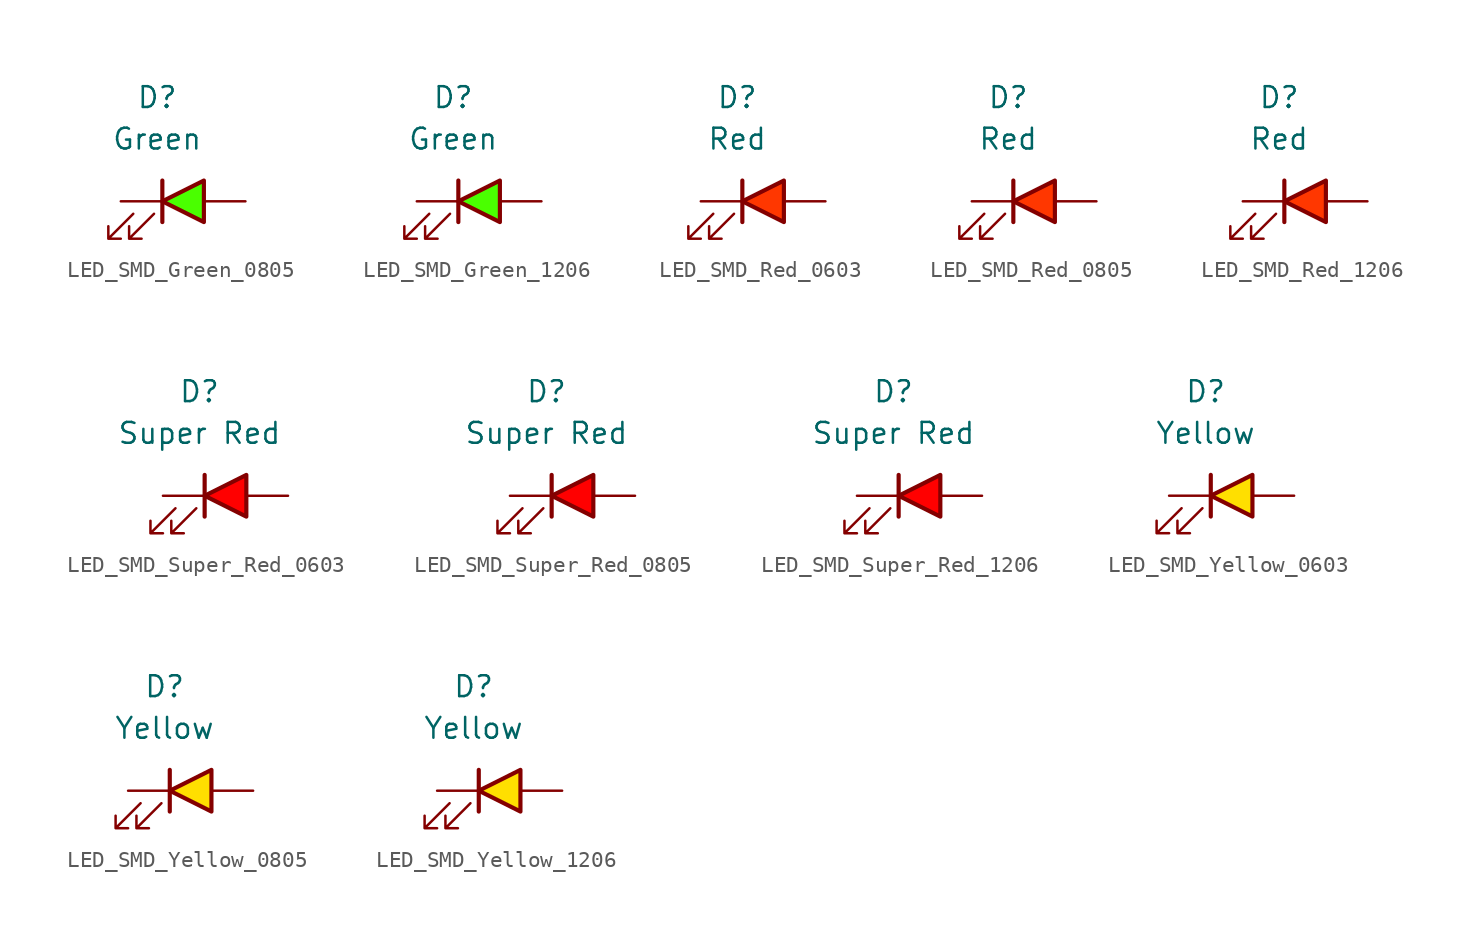
<source format=kicad_sym>
(kicad_symbol_lib
  (version 20231120)
  (generator "kicad_symbol_editor")
  (generator_version "8.0")
  (symbol "LED_SMD_Green_0805"
    (pin_numbers hide)
    (pin_names
      (offset 1.016) hide)
    (property "Reference" "D"
      (at -1.587 6.35 0)
      (effects (font (size 1.27 1.27))))
    (property "Value" "Green"
      (at -1.587 3.81 0)
      (effects (font (size 1.27 1.27))))
    (symbol "LED_SMD_Green_0805_0_1"
      (polyline (pts (xy -1.27 -1.27) (xy -1.27 1.27)) (stroke (width 0.254) (type default)) (fill (type none)))
      (polyline (pts (xy -3.048 -0.762) (xy -4.572 -2.286) (xy -3.81 -2.286) (xy -4.572 -2.286) (xy -4.572 -1.524)) (stroke (width 0) (type default)) (fill (type none)))
      (polyline (pts (xy -1.778 -0.762) (xy -3.302 -2.286) (xy -2.54 -2.286) (xy -3.302 -2.286) (xy -3.302 -1.524)) (stroke (width 0) (type default)) (fill (type none))))
    (symbol "LED_SMD_Green_0805_1_1"
      (polyline (pts (xy 1.27 -1.27) (xy 1.27 1.27) (xy -1.27 0) (xy 1.27 -1.27)) (stroke (width 0.254) (type default)) (fill (type color) (color 74 255 0 1)))
      (pin passive line (at -3.81 0 0) (length 2.54) (name "K" (effects (font (size 1.27 1.27)))) (number "1" (effects (font (size 1.27 1.27)))))
      (pin passive line (at 3.81 0 180) (length 2.54) (name "A" (effects (font (size 1.27 1.27)))) (number "2" (effects (font (size 1.27 1.27)))))))
  (symbol "LED_SMD_Green_1206"
    (pin_numbers hide)
    (pin_names
      (offset 1.016) hide)
    (property "Reference" "D"
      (at -1.587 6.35 0)
      (effects (font (size 1.27 1.27))))
    (property "Value" "Green"
      (at -1.587 3.81 0)
      (effects (font (size 1.27 1.27))))
    (symbol "LED_SMD_Green_1206_0_1"
      (polyline (pts (xy -1.27 -1.27) (xy -1.27 1.27)) (stroke (width 0.254) (type default)) (fill (type none)))
      (polyline (pts (xy -3.048 -0.762) (xy -4.572 -2.286) (xy -3.81 -2.286) (xy -4.572 -2.286) (xy -4.572 -1.524)) (stroke (width 0) (type default)) (fill (type none)))
      (polyline (pts (xy -1.778 -0.762) (xy -3.302 -2.286) (xy -2.54 -2.286) (xy -3.302 -2.286) (xy -3.302 -1.524)) (stroke (width 0) (type default)) (fill (type none))))
    (symbol "LED_SMD_Green_1206_1_1"
      (polyline (pts (xy 1.27 -1.27) (xy 1.27 1.27) (xy -1.27 0) (xy 1.27 -1.27)) (stroke (width 0.254) (type default)) (fill (type color) (color 74 255 0 1)))
      (pin passive line (at -3.81 0 0) (length 2.54) (name "K" (effects (font (size 1.27 1.27)))) (number "1" (effects (font (size 1.27 1.27)))))
      (pin passive line (at 3.81 0 180) (length 2.54) (name "A" (effects (font (size 1.27 1.27)))) (number "2" (effects (font (size 1.27 1.27)))))))
  (symbol "LED_SMD_Red_0603"
    (pin_numbers hide)
    (pin_names
      (offset 1.016) hide)
    (property "Reference" "D"
      (at -1.587 6.35 0)
      (effects (font (size 1.27 1.27))))
    (property "Value" "Red"
      (at -1.587 3.81 0)
      (effects (font (size 1.27 1.27))))
    (symbol "LED_SMD_Red_0603_0_1"
      (polyline (pts (xy -1.27 -1.27) (xy -1.27 1.27)) (stroke (width 0.254) (type default)) (fill (type none)))
      (polyline (pts (xy -3.048 -0.762) (xy -4.572 -2.286) (xy -3.81 -2.286) (xy -4.572 -2.286) (xy -4.572 -1.524)) (stroke (width 0) (type default)) (fill (type none)))
      (polyline (pts (xy -1.778 -0.762) (xy -3.302 -2.286) (xy -2.54 -2.286) (xy -3.302 -2.286) (xy -3.302 -1.524)) (stroke (width 0) (type default)) (fill (type none))))
    (symbol "LED_SMD_Red_0603_1_1"
      (polyline (pts (xy 1.27 -1.27) (xy 1.27 1.27) (xy -1.27 0) (xy 1.27 -1.27)) (stroke (width 0.254) (type default)) (fill (type color) (color 255 55 0 1)))
      (pin passive line (at -3.81 0 0) (length 2.54) (name "K" (effects (font (size 1.27 1.27)))) (number "1" (effects (font (size 1.27 1.27)))))
      (pin passive line (at 3.81 0 180) (length 2.54) (name "A" (effects (font (size 1.27 1.27)))) (number "2" (effects (font (size 1.27 1.27)))))))
  (symbol "LED_SMD_Red_0805"
    (pin_numbers hide)
    (pin_names
      (offset 1.016) hide)
    (property "Reference" "D"
      (at -1.587 6.35 0)
      (effects (font (size 1.27 1.27))))
    (property "Value" "Red"
      (at -1.587 3.81 0)
      (effects (font (size 1.27 1.27))))
    (symbol "LED_SMD_Red_0805_0_1"
      (polyline (pts (xy -1.27 -1.27) (xy -1.27 1.27)) (stroke (width 0.254) (type default)) (fill (type none)))
      (polyline (pts (xy -3.048 -0.762) (xy -4.572 -2.286) (xy -3.81 -2.286) (xy -4.572 -2.286) (xy -4.572 -1.524)) (stroke (width 0) (type default)) (fill (type none)))
      (polyline (pts (xy -1.778 -0.762) (xy -3.302 -2.286) (xy -2.54 -2.286) (xy -3.302 -2.286) (xy -3.302 -1.524)) (stroke (width 0) (type default)) (fill (type none))))
    (symbol "LED_SMD_Red_0805_1_1"
      (polyline (pts (xy 1.27 -1.27) (xy 1.27 1.27) (xy -1.27 0) (xy 1.27 -1.27)) (stroke (width 0.254) (type default)) (fill (type color) (color 255 55 0 1)))
      (pin passive line (at -3.81 0 0) (length 2.54) (name "K" (effects (font (size 1.27 1.27)))) (number "1" (effects (font (size 1.27 1.27)))))
      (pin passive line (at 3.81 0 180) (length 2.54) (name "A" (effects (font (size 1.27 1.27)))) (number "2" (effects (font (size 1.27 1.27)))))))
  (symbol "LED_SMD_Red_1206"
    (pin_numbers hide)
    (pin_names
      (offset 1.016) hide)
    (property "Reference" "D"
      (at -1.587 6.35 0)
      (effects (font (size 1.27 1.27))))
    (property "Value" "Red"
      (at -1.587 3.81 0)
      (effects (font (size 1.27 1.27))))
    (symbol "LED_SMD_Red_1206_0_1"
      (polyline (pts (xy -1.27 -1.27) (xy -1.27 1.27)) (stroke (width 0.254) (type default)) (fill (type none)))
      (polyline (pts (xy -3.048 -0.762) (xy -4.572 -2.286) (xy -3.81 -2.286) (xy -4.572 -2.286) (xy -4.572 -1.524)) (stroke (width 0) (type default)) (fill (type none)))
      (polyline (pts (xy -1.778 -0.762) (xy -3.302 -2.286) (xy -2.54 -2.286) (xy -3.302 -2.286) (xy -3.302 -1.524)) (stroke (width 0) (type default)) (fill (type none))))
    (symbol "LED_SMD_Red_1206_1_1"
      (polyline (pts (xy 1.27 -1.27) (xy 1.27 1.27) (xy -1.27 0) (xy 1.27 -1.27)) (stroke (width 0.254) (type default)) (fill (type color) (color 255 55 0 1)))
      (pin passive line (at -3.81 0 0) (length 2.54) (name "K" (effects (font (size 1.27 1.27)))) (number "1" (effects (font (size 1.27 1.27)))))
      (pin passive line (at 3.81 0 180) (length 2.54) (name "A" (effects (font (size 1.27 1.27)))) (number "2" (effects (font (size 1.27 1.27)))))))
  (symbol "LED_SMD_Super_Red_0603"
    (pin_numbers hide)
    (pin_names
      (offset 1.016) hide)
    (property "Reference" "D"
      (at -1.587 6.35 0)
      (effects (font (size 1.27 1.27))))
    (property "Value" "Super Red"
      (at -1.587 3.81 0)
      (effects (font (size 1.27 1.27))))
    (symbol "LED_SMD_Super_Red_0603_0_1"
      (polyline (pts (xy -1.27 -1.27) (xy -1.27 1.27)) (stroke (width 0.254) (type default)) (fill (type none)))
      (polyline (pts (xy -3.048 -0.762) (xy -4.572 -2.286) (xy -3.81 -2.286) (xy -4.572 -2.286) (xy -4.572 -1.524)) (stroke (width 0) (type default)) (fill (type none)))
      (polyline (pts (xy -1.778 -0.762) (xy -3.302 -2.286) (xy -2.54 -2.286) (xy -3.302 -2.286) (xy -3.302 -1.524)) (stroke (width 0) (type default)) (fill (type none))))
    (symbol "LED_SMD_Super_Red_0603_1_1"
      (polyline (pts (xy 1.27 -1.27) (xy 1.27 1.27) (xy -1.27 0) (xy 1.27 -1.27)) (stroke (width 0.254) (type default)) (fill (type color) (color 255 0 0 1)))
      (pin passive line (at -3.81 0 0) (length 2.54) (name "K" (effects (font (size 1.27 1.27)))) (number "1" (effects (font (size 1.27 1.27)))))
      (pin passive line (at 3.81 0 180) (length 2.54) (name "A" (effects (font (size 1.27 1.27)))) (number "2" (effects (font (size 1.27 1.27)))))))
  (symbol "LED_SMD_Super_Red_0805"
    (pin_numbers hide)
    (pin_names
      (offset 1.016) hide)
    (property "Reference" "D"
      (at -1.587 6.35 0)
      (effects (font (size 1.27 1.27))))
    (property "Value" "Super Red"
      (at -1.587 3.81 0)
      (effects (font (size 1.27 1.27))))
    (symbol "LED_SMD_Super_Red_0805_0_1"
      (polyline (pts (xy -1.27 -1.27) (xy -1.27 1.27)) (stroke (width 0.254) (type default)) (fill (type none)))
      (polyline (pts (xy -3.048 -0.762) (xy -4.572 -2.286) (xy -3.81 -2.286) (xy -4.572 -2.286) (xy -4.572 -1.524)) (stroke (width 0) (type default)) (fill (type none)))
      (polyline (pts (xy -1.778 -0.762) (xy -3.302 -2.286) (xy -2.54 -2.286) (xy -3.302 -2.286) (xy -3.302 -1.524)) (stroke (width 0) (type default)) (fill (type none))))
    (symbol "LED_SMD_Super_Red_0805_1_1"
      (polyline (pts (xy 1.27 -1.27) (xy 1.27 1.27) (xy -1.27 0) (xy 1.27 -1.27)) (stroke (width 0.254) (type default)) (fill (type color) (color 255 0 0 1)))
      (pin passive line (at -3.81 0 0) (length 2.54) (name "K" (effects (font (size 1.27 1.27)))) (number "1" (effects (font (size 1.27 1.27)))))
      (pin passive line (at 3.81 0 180) (length 2.54) (name "A" (effects (font (size 1.27 1.27)))) (number "2" (effects (font (size 1.27 1.27)))))))
  (symbol "LED_SMD_Super_Red_1206"
    (pin_numbers hide)
    (pin_names
      (offset 1.016) hide)
    (property "Reference" "D"
      (at -1.587 6.35 0)
      (effects (font (size 1.27 1.27))))
    (property "Value" "Super Red"
      (at -1.587 3.81 0)
      (effects (font (size 1.27 1.27))))
    (symbol "LED_SMD_Super_Red_1206_0_1"
      (polyline (pts (xy -1.27 -1.27) (xy -1.27 1.27)) (stroke (width 0.254) (type default)) (fill (type none)))
      (polyline (pts (xy -3.048 -0.762) (xy -4.572 -2.286) (xy -3.81 -2.286) (xy -4.572 -2.286) (xy -4.572 -1.524)) (stroke (width 0) (type default)) (fill (type none)))
      (polyline (pts (xy -1.778 -0.762) (xy -3.302 -2.286) (xy -2.54 -2.286) (xy -3.302 -2.286) (xy -3.302 -1.524)) (stroke (width 0) (type default)) (fill (type none))))
    (symbol "LED_SMD_Super_Red_1206_1_1"
      (polyline (pts (xy 1.27 -1.27) (xy 1.27 1.27) (xy -1.27 0) (xy 1.27 -1.27)) (stroke (width 0.254) (type default)) (fill (type color) (color 255 0 0 1)))
      (pin passive line (at -3.81 0 0) (length 2.54) (name "K" (effects (font (size 1.27 1.27)))) (number "1" (effects (font (size 1.27 1.27)))))
      (pin passive line (at 3.81 0 180) (length 2.54) (name "A" (effects (font (size 1.27 1.27)))) (number "2" (effects (font (size 1.27 1.27)))))))
  (symbol "LED_SMD_Yellow_0603"
    (pin_numbers hide)
    (pin_names
      (offset 1.016) hide)
    (property "Reference" "D"
      (at -1.587 6.35 0)
      (effects (font (size 1.27 1.27))))
    (property "Value" "Yellow"
      (at -1.587 3.81 0)
      (effects (font (size 1.27 1.27))))
    (symbol "LED_SMD_Yellow_0603_0_1"
      (polyline (pts (xy -1.27 -1.27) (xy -1.27 1.27)) (stroke (width 0.254) (type default)) (fill (type none)))
      (polyline (pts (xy -3.048 -0.762) (xy -4.572 -2.286) (xy -3.81 -2.286) (xy -4.572 -2.286) (xy -4.572 -1.524)) (stroke (width 0) (type default)) (fill (type none)))
      (polyline (pts (xy -1.778 -0.762) (xy -3.302 -2.286) (xy -2.54 -2.286) (xy -3.302 -2.286) (xy -3.302 -1.524)) (stroke (width 0) (type default)) (fill (type none))))
    (symbol "LED_SMD_Yellow_0603_1_1"
      (polyline (pts (xy 1.27 -1.27) (xy 1.27 1.27) (xy -1.27 0) (xy 1.27 -1.27)) (stroke (width 0.254) (type default)) (fill (type color) (color 255 223 0 1)))
      (pin passive line (at -3.81 0 0) (length 2.54) (name "K" (effects (font (size 1.27 1.27)))) (number "1" (effects (font (size 1.27 1.27)))))
      (pin passive line (at 3.81 0 180) (length 2.54) (name "A" (effects (font (size 1.27 1.27)))) (number "2" (effects (font (size 1.27 1.27)))))))
  (symbol "LED_SMD_Yellow_0805"
    (pin_numbers hide)
    (pin_names
      (offset 1.016) hide)
    (property "Reference" "D"
      (at -1.587 6.35 0)
      (effects (font (size 1.27 1.27))))
    (property "Value" "Yellow"
      (at -1.587 3.81 0)
      (effects (font (size 1.27 1.27))))
    (symbol "LED_SMD_Yellow_0805_0_1"
      (polyline (pts (xy -1.27 -1.27) (xy -1.27 1.27)) (stroke (width 0.254) (type default)) (fill (type none)))
      (polyline (pts (xy -3.048 -0.762) (xy -4.572 -2.286) (xy -3.81 -2.286) (xy -4.572 -2.286) (xy -4.572 -1.524)) (stroke (width 0) (type default)) (fill (type none)))
      (polyline (pts (xy -1.778 -0.762) (xy -3.302 -2.286) (xy -2.54 -2.286) (xy -3.302 -2.286) (xy -3.302 -1.524)) (stroke (width 0) (type default)) (fill (type none))))
    (symbol "LED_SMD_Yellow_0805_1_1"
      (polyline (pts (xy 1.27 -1.27) (xy 1.27 1.27) (xy -1.27 0) (xy 1.27 -1.27)) (stroke (width 0.254) (type default)) (fill (type color) (color 255 223 0 1)))
      (pin passive line (at -3.81 0 0) (length 2.54) (name "K" (effects (font (size 1.27 1.27)))) (number "1" (effects (font (size 1.27 1.27)))))
      (pin passive line (at 3.81 0 180) (length 2.54) (name "A" (effects (font (size 1.27 1.27)))) (number "2" (effects (font (size 1.27 1.27)))))))
  (symbol "LED_SMD_Yellow_1206"
    (pin_numbers hide)
    (pin_names
      (offset 1.016) hide)
    (property "Reference" "D"
      (at -1.587 6.35 0)
      (effects (font (size 1.27 1.27))))
    (property "Value" "Yellow"
      (at -1.587 3.81 0)
      (effects (font (size 1.27 1.27))))
    (symbol "LED_SMD_Yellow_1206_0_1"
      (polyline (pts (xy -1.27 -1.27) (xy -1.27 1.27)) (stroke (width 0.254) (type default)) (fill (type none)))
      (polyline (pts (xy -3.048 -0.762) (xy -4.572 -2.286) (xy -3.81 -2.286) (xy -4.572 -2.286) (xy -4.572 -1.524)) (stroke (width 0) (type default)) (fill (type none)))
      (polyline (pts (xy -1.778 -0.762) (xy -3.302 -2.286) (xy -2.54 -2.286) (xy -3.302 -2.286) (xy -3.302 -1.524)) (stroke (width 0) (type default)) (fill (type none))))
    (symbol "LED_SMD_Yellow_1206_1_1"
      (polyline (pts (xy 1.27 -1.27) (xy 1.27 1.27) (xy -1.27 0) (xy 1.27 -1.27)) (stroke (width 0.254) (type default)) (fill (type color) (color 255 223 0 1)))
      (pin passive line (at -3.81 0 0) (length 2.54) (name "K" (effects (font (size 1.27 1.27)))) (number "1" (effects (font (size 1.27 1.27)))))
      (pin passive line (at 3.81 0 180) (length 2.54) (name "A" (effects (font (size 1.27 1.27)))) (number "2" (effects (font (size 1.27 1.27))))))))
</source>
